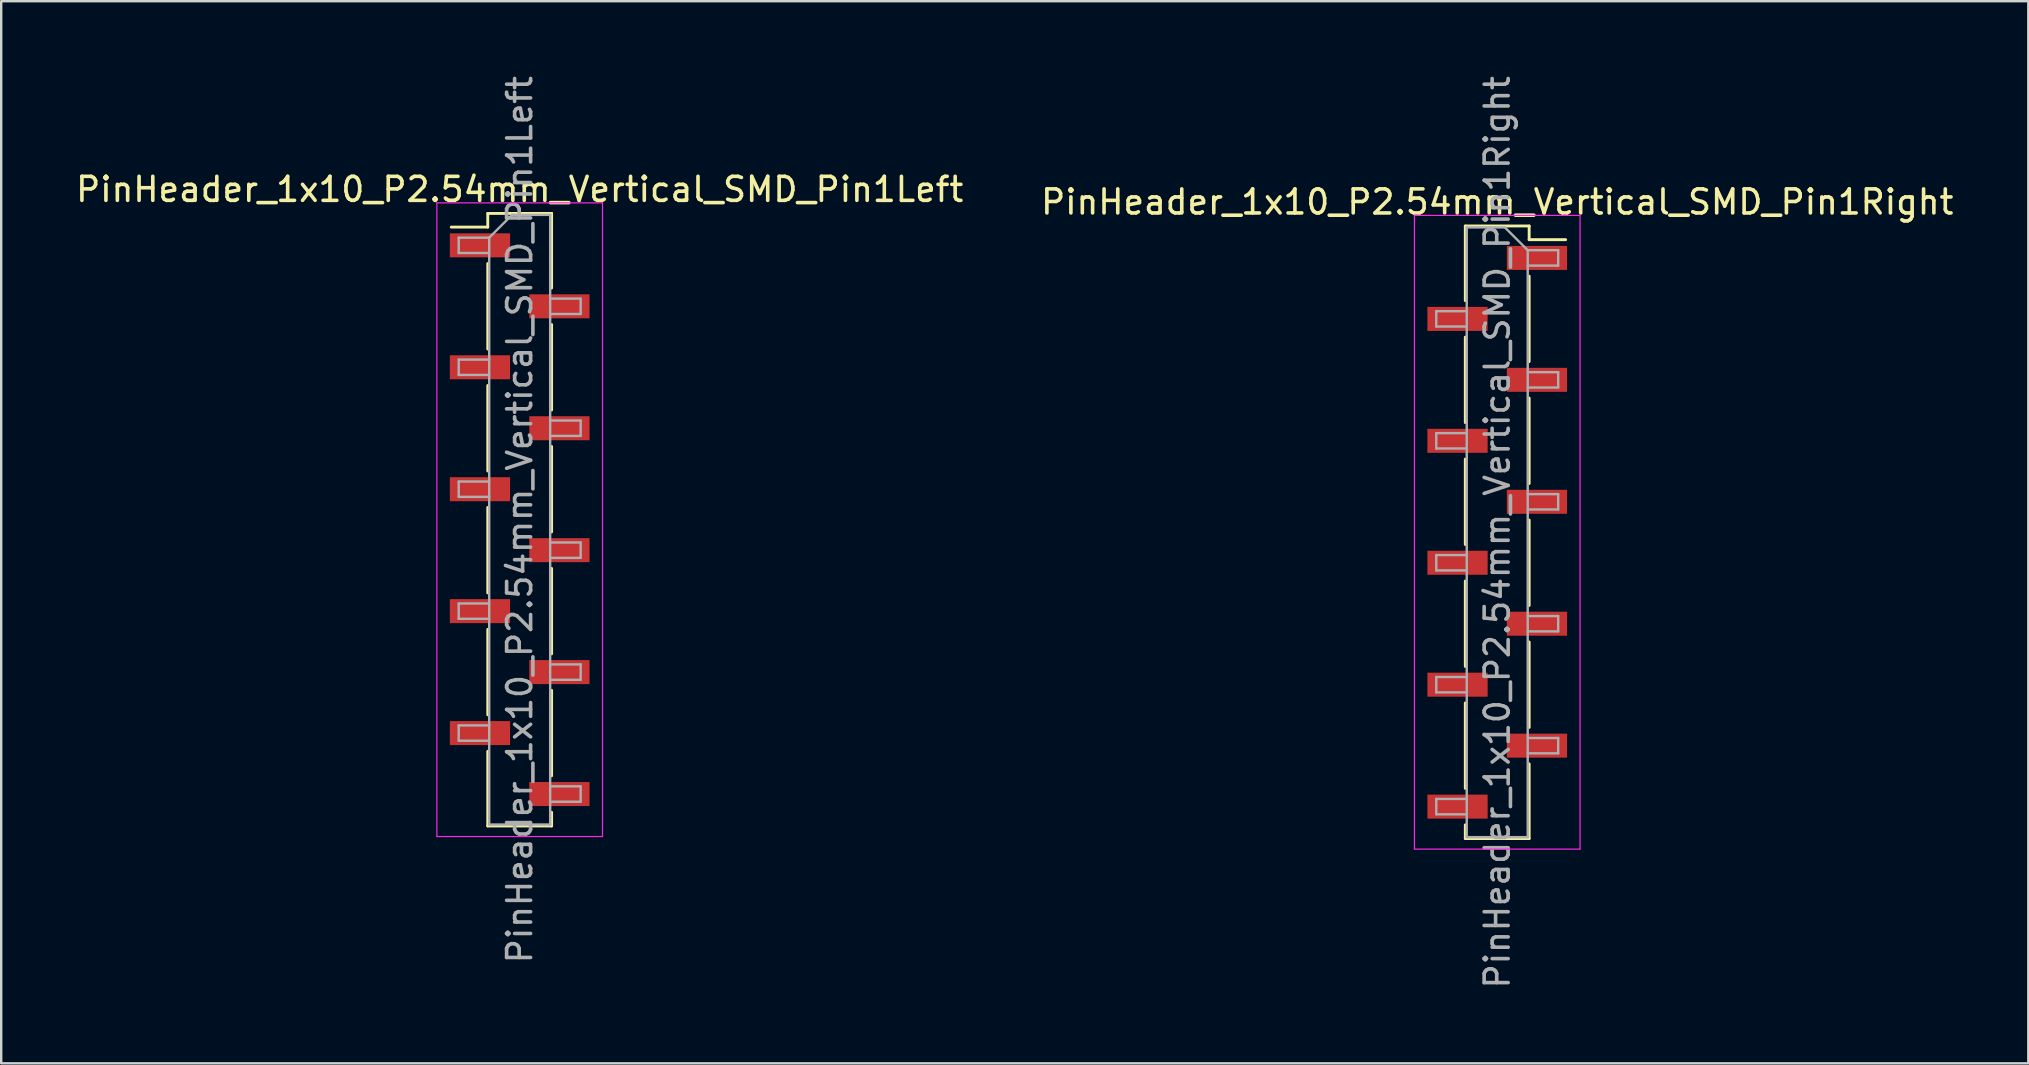
<source format=kicad_pcb>
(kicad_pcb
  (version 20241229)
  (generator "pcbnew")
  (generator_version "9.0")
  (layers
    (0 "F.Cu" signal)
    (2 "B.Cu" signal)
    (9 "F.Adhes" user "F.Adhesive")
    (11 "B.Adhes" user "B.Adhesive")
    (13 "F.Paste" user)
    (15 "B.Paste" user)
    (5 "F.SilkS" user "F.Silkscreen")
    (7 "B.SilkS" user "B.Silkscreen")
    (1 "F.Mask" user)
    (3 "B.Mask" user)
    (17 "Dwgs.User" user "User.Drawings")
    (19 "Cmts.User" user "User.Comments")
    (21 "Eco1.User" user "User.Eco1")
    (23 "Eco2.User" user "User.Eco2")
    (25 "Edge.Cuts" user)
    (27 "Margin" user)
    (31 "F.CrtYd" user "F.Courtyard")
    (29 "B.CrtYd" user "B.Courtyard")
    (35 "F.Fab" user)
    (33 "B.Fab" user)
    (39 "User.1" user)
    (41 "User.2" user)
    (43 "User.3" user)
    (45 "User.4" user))
  (footprint "PinHeader_1x10_P2.54mm_Vertical_SMD_Pin1Right"
    (layer "F.Cu")
    (at 59.327 19.125)
    (property "Reference" "PinHeader_1x10_P2.54mm_Vertical_SMD_Pin1Right" (at 0 -13.76 0) (layer "F.SilkS") (effects (font (size 1 1) (thickness 0.15))))
    (attr smd)
    (fp_line (start -1.33 -12.76) (end -1.33 -9.65) (stroke (width 0.12) (type solid)) (layer "F.SilkS"))
    (fp_line (start -1.33 -12.76) (end 1.33 -12.76) (stroke (width 0.12) (type solid)) (layer "F.SilkS"))
    (fp_line (start -1.33 -8.13) (end -1.33 -4.57) (stroke (width 0.12) (type solid)) (layer "F.SilkS"))
    (fp_line (start -1.33 -3.05) (end -1.33 0.51) (stroke (width 0.12) (type solid)) (layer "F.SilkS"))
    (fp_line (start -1.33 2.03) (end -1.33 5.59) (stroke (width 0.12) (type solid)) (layer "F.SilkS"))
    (fp_line (start -1.33 7.11) (end -1.33 10.67) (stroke (width 0.12) (type solid)) (layer "F.SilkS"))
    (fp_line (start -1.33 12.19) (end -1.33 12.76) (stroke (width 0.12) (type solid)) (layer "F.SilkS"))
    (fp_line (start -1.33 12.76) (end 1.33 12.76) (stroke (width 0.12) (type solid)) (layer "F.SilkS"))
    (fp_line (start 1.33 -12.76) (end 1.33 -12.19) (stroke (width 0.12) (type solid)) (layer "F.SilkS"))
    (fp_line (start 1.33 -12.19) (end 2.85 -12.19) (stroke (width 0.12) (type solid)) (layer "F.SilkS"))
    (fp_line (start 1.33 -10.67) (end 1.33 -7.11) (stroke (width 0.12) (type solid)) (layer "F.SilkS"))
    (fp_line (start 1.33 -5.59) (end 1.33 -2.03) (stroke (width 0.12) (type solid)) (layer "F.SilkS"))
    (fp_line (start 1.33 -0.51) (end 1.33 3.05) (stroke (width 0.12) (type solid)) (layer "F.SilkS"))
    (fp_line (start 1.33 4.57) (end 1.33 8.13) (stroke (width 0.12) (type solid)) (layer "F.SilkS"))
    (fp_line (start 1.33 9.65) (end 1.33 12.76) (stroke (width 0.12) (type solid)) (layer "F.SilkS"))
    (fp_line (start -3.45 -13.2) (end -3.45 13.2) (stroke (width 0.05) (type solid)) (layer "F.CrtYd"))
    (fp_line (start -3.45 13.2) (end 3.45 13.2) (stroke (width 0.05) (type solid)) (layer "F.CrtYd"))
    (fp_line (start 3.45 -13.2) (end -3.45 -13.2) (stroke (width 0.05) (type solid)) (layer "F.CrtYd"))
    (fp_line (start 3.45 13.2) (end 3.45 -13.2) (stroke (width 0.05) (type solid)) (layer "F.CrtYd"))
    (fp_line (start -2.54 -9.21) (end -2.54 -8.57) (stroke (width 0.1) (type solid)) (layer "F.Fab"))
    (fp_line (start -2.54 -8.57) (end -1.27 -8.57) (stroke (width 0.1) (type solid)) (layer "F.Fab"))
    (fp_line (start -2.54 -4.13) (end -2.54 -3.49) (stroke (width 0.1) (type solid)) (layer "F.Fab"))
    (fp_line (start -2.54 -3.49) (end -1.27 -3.49) (stroke (width 0.1) (type solid)) (layer "F.Fab"))
    (fp_line (start -2.54 0.95) (end -2.54 1.59) (stroke (width 0.1) (type solid)) (layer "F.Fab"))
    (fp_line (start -2.54 1.59) (end -1.27 1.59) (stroke (width 0.1) (type solid)) (layer "F.Fab"))
    (fp_line (start -2.54 6.03) (end -2.54 6.67) (stroke (width 0.1) (type solid)) (layer "F.Fab"))
    (fp_line (start -2.54 6.67) (end -1.27 6.67) (stroke (width 0.1) (type solid)) (layer "F.Fab"))
    (fp_line (start -2.54 11.11) (end -2.54 11.75) (stroke (width 0.1) (type solid)) (layer "F.Fab"))
    (fp_line (start -2.54 11.75) (end -1.27 11.75) (stroke (width 0.1) (type solid)) (layer "F.Fab"))
    (fp_line (start -1.27 -12.7) (end -1.27 12.7) (stroke (width 0.1) (type solid)) (layer "F.Fab"))
    (fp_line (start -1.27 -12.7) (end 0.32 -12.7) (stroke (width 0.1) (type solid)) (layer "F.Fab"))
    (fp_line (start -1.27 -9.21) (end -2.54 -9.21) (stroke (width 0.1) (type solid)) (layer "F.Fab"))
    (fp_line (start -1.27 -4.13) (end -2.54 -4.13) (stroke (width 0.1) (type solid)) (layer "F.Fab"))
    (fp_line (start -1.27 0.95) (end -2.54 0.95) (stroke (width 0.1) (type solid)) (layer "F.Fab"))
    (fp_line (start -1.27 6.03) (end -2.54 6.03) (stroke (width 0.1) (type solid)) (layer "F.Fab"))
    (fp_line (start -1.27 11.11) (end -2.54 11.11) (stroke (width 0.1) (type solid)) (layer "F.Fab"))
    (fp_line (start 1.27 -11.75) (end 0.32 -12.7) (stroke (width 0.1) (type solid)) (layer "F.Fab"))
    (fp_line (start 1.27 -11.75) (end 2.54 -11.75) (stroke (width 0.1) (type solid)) (layer "F.Fab"))
    (fp_line (start 1.27 -6.67) (end 2.54 -6.67) (stroke (width 0.1) (type solid)) (layer "F.Fab"))
    (fp_line (start 1.27 -1.59) (end 2.54 -1.59) (stroke (width 0.1) (type solid)) (layer "F.Fab"))
    (fp_line (start 1.27 3.49) (end 2.54 3.49) (stroke (width 0.1) (type solid)) (layer "F.Fab"))
    (fp_line (start 1.27 8.57) (end 2.54 8.57) (stroke (width 0.1) (type solid)) (layer "F.Fab"))
    (fp_line (start 1.27 12.7) (end -1.27 12.7) (stroke (width 0.1) (type solid)) (layer "F.Fab"))
    (fp_line (start 1.27 12.7) (end 1.27 -11.75) (stroke (width 0.1) (type solid)) (layer "F.Fab"))
    (fp_line (start 2.54 -11.75) (end 2.54 -11.11) (stroke (width 0.1) (type solid)) (layer "F.Fab"))
    (fp_line (start 2.54 -11.11) (end 1.27 -11.11) (stroke (width 0.1) (type solid)) (layer "F.Fab"))
    (fp_line (start 2.54 -6.67) (end 2.54 -6.03) (stroke (width 0.1) (type solid)) (layer "F.Fab"))
    (fp_line (start 2.54 -6.03) (end 1.27 -6.03) (stroke (width 0.1) (type solid)) (layer "F.Fab"))
    (fp_line (start 2.54 -1.59) (end 2.54 -0.95) (stroke (width 0.1) (type solid)) (layer "F.Fab"))
    (fp_line (start 2.54 -0.95) (end 1.27 -0.95) (stroke (width 0.1) (type solid)) (layer "F.Fab"))
    (fp_line (start 2.54 3.49) (end 2.54 4.13) (stroke (width 0.1) (type solid)) (layer "F.Fab"))
    (fp_line (start 2.54 4.13) (end 1.27 4.13) (stroke (width 0.1) (type solid)) (layer "F.Fab"))
    (fp_line (start 2.54 8.57) (end 2.54 9.21) (stroke (width 0.1) (type solid)) (layer "F.Fab"))
    (fp_line (start 2.54 9.21) (end 1.27 9.21) (stroke (width 0.1) (type solid)) (layer "F.Fab"))
    (fp_text user "${REFERENCE}" (at 0 0 90) (layer "F.Fab") (effects (font (size 1 1) (thickness 0.15))))
    (pad "1" smd rect (at 1.655 -11.43) (size 2.51 1) (layers "F.Cu" "F.Mask" "F.Paste"))
    (pad "2" smd rect (at -1.655 -8.89) (size 2.51 1) (layers "F.Cu" "F.Mask" "F.Paste"))
    (pad "3" smd rect (at 1.655 -6.35) (size 2.51 1) (layers "F.Cu" "F.Mask" "F.Paste"))
    (pad "4" smd rect (at -1.655 -3.81) (size 2.51 1) (layers "F.Cu" "F.Mask" "F.Paste"))
    (pad "5" smd rect (at 1.655 -1.27) (size 2.51 1) (layers "F.Cu" "F.Mask" "F.Paste"))
    (pad "6" smd rect (at -1.655 1.27) (size 2.51 1) (layers "F.Cu" "F.Mask" "F.Paste"))
    (pad "7" smd rect (at 1.655 3.81) (size 2.51 1) (layers "F.Cu" "F.Mask" "F.Paste"))
    (pad "8" smd rect (at -1.655 6.35) (size 2.51 1) (layers "F.Cu" "F.Mask" "F.Paste"))
    (pad "9" smd rect (at 1.655 8.89) (size 2.51 1) (layers "F.Cu" "F.Mask" "F.Paste"))
    (pad "10" smd rect (at -1.655 11.43) (size 2.51 1) (layers "F.Cu" "F.Mask" "F.Paste")))
  (footprint "PinHeader_1x10_P2.54mm_Vertical_SMD_Pin1Left"
    (layer "F.Cu")
    (at 18.601 18.601)
    (property "Reference" "PinHeader_1x10_P2.54mm_Vertical_SMD_Pin1Left" (at 0 -13.76 0) (layer "F.SilkS") (effects (font (size 1 1) (thickness 0.15))))
    (attr smd)
    (fp_line (start -1.33 -12.76) (end -1.33 -12.19) (stroke (width 0.12) (type solid)) (layer "F.SilkS"))
    (fp_line (start -1.33 -12.76) (end 1.33 -12.76) (stroke (width 0.12) (type solid)) (layer "F.SilkS"))
    (fp_line (start -1.33 -12.19) (end -2.85 -12.19) (stroke (width 0.12) (type solid)) (layer "F.SilkS"))
    (fp_line (start -1.33 -10.67) (end -1.33 -7.11) (stroke (width 0.12) (type solid)) (layer "F.SilkS"))
    (fp_line (start -1.33 -5.59) (end -1.33 -2.03) (stroke (width 0.12) (type solid)) (layer "F.SilkS"))
    (fp_line (start -1.33 -0.51) (end -1.33 3.05) (stroke (width 0.12) (type solid)) (layer "F.SilkS"))
    (fp_line (start -1.33 4.57) (end -1.33 8.13) (stroke (width 0.12) (type solid)) (layer "F.SilkS"))
    (fp_line (start -1.33 9.65) (end -1.33 12.76) (stroke (width 0.12) (type solid)) (layer "F.SilkS"))
    (fp_line (start -1.33 12.76) (end 1.33 12.76) (stroke (width 0.12) (type solid)) (layer "F.SilkS"))
    (fp_line (start 1.33 -12.76) (end 1.33 -9.65) (stroke (width 0.12) (type solid)) (layer "F.SilkS"))
    (fp_line (start 1.33 -8.13) (end 1.33 -4.57) (stroke (width 0.12) (type solid)) (layer "F.SilkS"))
    (fp_line (start 1.33 -3.05) (end 1.33 0.51) (stroke (width 0.12) (type solid)) (layer "F.SilkS"))
    (fp_line (start 1.33 2.03) (end 1.33 5.59) (stroke (width 0.12) (type solid)) (layer "F.SilkS"))
    (fp_line (start 1.33 7.11) (end 1.33 10.67) (stroke (width 0.12) (type solid)) (layer "F.SilkS"))
    (fp_line (start 1.33 12.19) (end 1.33 12.76) (stroke (width 0.12) (type solid)) (layer "F.SilkS"))
    (fp_line (start -3.45 -13.2) (end -3.45 13.2) (stroke (width 0.05) (type solid)) (layer "F.CrtYd"))
    (fp_line (start -3.45 13.2) (end 3.45 13.2) (stroke (width 0.05) (type solid)) (layer "F.CrtYd"))
    (fp_line (start 3.45 -13.2) (end -3.45 -13.2) (stroke (width 0.05) (type solid)) (layer "F.CrtYd"))
    (fp_line (start 3.45 13.2) (end 3.45 -13.2) (stroke (width 0.05) (type solid)) (layer "F.CrtYd"))
    (fp_line (start -2.54 -11.75) (end -2.54 -11.11) (stroke (width 0.1) (type solid)) (layer "F.Fab"))
    (fp_line (start -2.54 -11.11) (end -1.27 -11.11) (stroke (width 0.1) (type solid)) (layer "F.Fab"))
    (fp_line (start -2.54 -6.67) (end -2.54 -6.03) (stroke (width 0.1) (type solid)) (layer "F.Fab"))
    (fp_line (start -2.54 -6.03) (end -1.27 -6.03) (stroke (width 0.1) (type solid)) (layer "F.Fab"))
    (fp_line (start -2.54 -1.59) (end -2.54 -0.95) (stroke (width 0.1) (type solid)) (layer "F.Fab"))
    (fp_line (start -2.54 -0.95) (end -1.27 -0.95) (stroke (width 0.1) (type solid)) (layer "F.Fab"))
    (fp_line (start -2.54 3.49) (end -2.54 4.13) (stroke (width 0.1) (type solid)) (layer "F.Fab"))
    (fp_line (start -2.54 4.13) (end -1.27 4.13) (stroke (width 0.1) (type solid)) (layer "F.Fab"))
    (fp_line (start -2.54 8.57) (end -2.54 9.21) (stroke (width 0.1) (type solid)) (layer "F.Fab"))
    (fp_line (start -2.54 9.21) (end -1.27 9.21) (stroke (width 0.1) (type solid)) (layer "F.Fab"))
    (fp_line (start -1.27 -11.75) (end -2.54 -11.75) (stroke (width 0.1) (type solid)) (layer "F.Fab"))
    (fp_line (start -1.27 -11.75) (end -0.32 -12.7) (stroke (width 0.1) (type solid)) (layer "F.Fab"))
    (fp_line (start -1.27 -6.67) (end -2.54 -6.67) (stroke (width 0.1) (type solid)) (layer "F.Fab"))
    (fp_line (start -1.27 -1.59) (end -2.54 -1.59) (stroke (width 0.1) (type solid)) (layer "F.Fab"))
    (fp_line (start -1.27 3.49) (end -2.54 3.49) (stroke (width 0.1) (type solid)) (layer "F.Fab"))
    (fp_line (start -1.27 8.57) (end -2.54 8.57) (stroke (width 0.1) (type solid)) (layer "F.Fab"))
    (fp_line (start -1.27 12.7) (end -1.27 -11.75) (stroke (width 0.1) (type solid)) (layer "F.Fab"))
    (fp_line (start -0.32 -12.7) (end 1.27 -12.7) (stroke (width 0.1) (type solid)) (layer "F.Fab"))
    (fp_line (start 1.27 -12.7) (end 1.27 12.7) (stroke (width 0.1) (type solid)) (layer "F.Fab"))
    (fp_line (start 1.27 -9.21) (end 2.54 -9.21) (stroke (width 0.1) (type solid)) (layer "F.Fab"))
    (fp_line (start 1.27 -4.13) (end 2.54 -4.13) (stroke (width 0.1) (type solid)) (layer "F.Fab"))
    (fp_line (start 1.27 0.95) (end 2.54 0.95) (stroke (width 0.1) (type solid)) (layer "F.Fab"))
    (fp_line (start 1.27 6.03) (end 2.54 6.03) (stroke (width 0.1) (type solid)) (layer "F.Fab"))
    (fp_line (start 1.27 11.11) (end 2.54 11.11) (stroke (width 0.1) (type solid)) (layer "F.Fab"))
    (fp_line (start 1.27 12.7) (end -1.27 12.7) (stroke (width 0.1) (type solid)) (layer "F.Fab"))
    (fp_line (start 2.54 -9.21) (end 2.54 -8.57) (stroke (width 0.1) (type solid)) (layer "F.Fab"))
    (fp_line (start 2.54 -8.57) (end 1.27 -8.57) (stroke (width 0.1) (type solid)) (layer "F.Fab"))
    (fp_line (start 2.54 -4.13) (end 2.54 -3.49) (stroke (width 0.1) (type solid)) (layer "F.Fab"))
    (fp_line (start 2.54 -3.49) (end 1.27 -3.49) (stroke (width 0.1) (type solid)) (layer "F.Fab"))
    (fp_line (start 2.54 0.95) (end 2.54 1.59) (stroke (width 0.1) (type solid)) (layer "F.Fab"))
    (fp_line (start 2.54 1.59) (end 1.27 1.59) (stroke (width 0.1) (type solid)) (layer "F.Fab"))
    (fp_line (start 2.54 6.03) (end 2.54 6.67) (stroke (width 0.1) (type solid)) (layer "F.Fab"))
    (fp_line (start 2.54 6.67) (end 1.27 6.67) (stroke (width 0.1) (type solid)) (layer "F.Fab"))
    (fp_line (start 2.54 11.11) (end 2.54 11.75) (stroke (width 0.1) (type solid)) (layer "F.Fab"))
    (fp_line (start 2.54 11.75) (end 1.27 11.75) (stroke (width 0.1) (type solid)) (layer "F.Fab"))
    (fp_text user "${REFERENCE}" (at 0 0 90) (layer "F.Fab") (effects (font (size 1 1) (thickness 0.15))))
    (pad "1" smd rect (at -1.655 -11.43) (size 2.51 1) (layers "F.Cu" "F.Mask" "F.Paste"))
    (pad "2" smd rect (at 1.655 -8.89) (size 2.51 1) (layers "F.Cu" "F.Mask" "F.Paste"))
    (pad "3" smd rect (at -1.655 -6.35) (size 2.51 1) (layers "F.Cu" "F.Mask" "F.Paste"))
    (pad "4" smd rect (at 1.655 -3.81) (size 2.51 1) (layers "F.Cu" "F.Mask" "F.Paste"))
    (pad "5" smd rect (at -1.655 -1.27) (size 2.51 1) (layers "F.Cu" "F.Mask" "F.Paste"))
    (pad "6" smd rect (at 1.655 1.27) (size 2.51 1) (layers "F.Cu" "F.Mask" "F.Paste"))
    (pad "7" smd rect (at -1.655 3.81) (size 2.51 1) (layers "F.Cu" "F.Mask" "F.Paste"))
    (pad "8" smd rect (at 1.655 6.35) (size 2.51 1) (layers "F.Cu" "F.Mask" "F.Paste"))
    (pad "9" smd rect (at -1.655 8.89) (size 2.51 1) (layers "F.Cu" "F.Mask" "F.Paste"))
    (pad "10" smd rect (at 1.655 11.43) (size 2.51 1) (layers "F.Cu" "F.Mask" "F.Paste")))
  (gr_rect
    (start -3 -3)
    (end 81.452 41.25)
    (stroke (width 0.1) (type default))
    (fill no)
    (layer "Edge.Cuts")))
</source>
